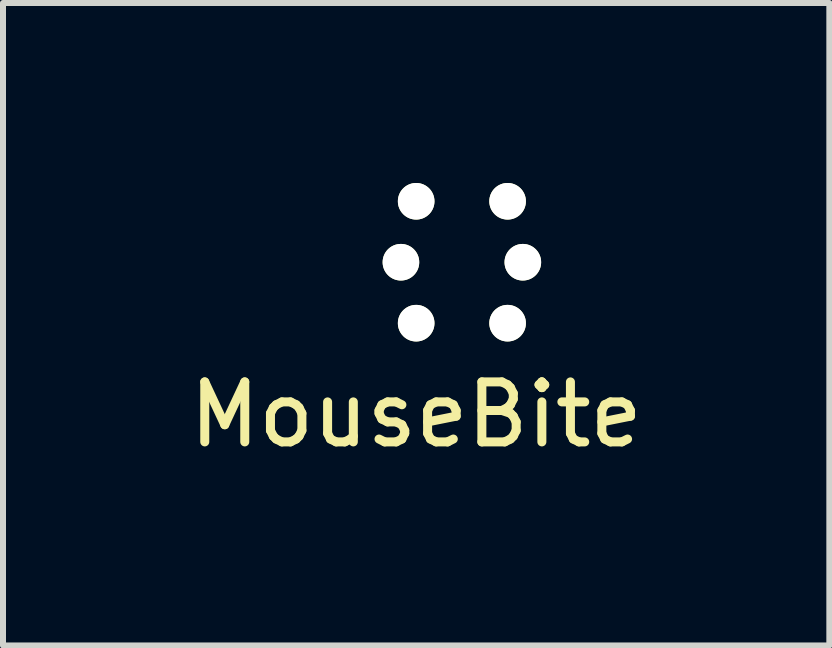
<source format=kicad_pcb>
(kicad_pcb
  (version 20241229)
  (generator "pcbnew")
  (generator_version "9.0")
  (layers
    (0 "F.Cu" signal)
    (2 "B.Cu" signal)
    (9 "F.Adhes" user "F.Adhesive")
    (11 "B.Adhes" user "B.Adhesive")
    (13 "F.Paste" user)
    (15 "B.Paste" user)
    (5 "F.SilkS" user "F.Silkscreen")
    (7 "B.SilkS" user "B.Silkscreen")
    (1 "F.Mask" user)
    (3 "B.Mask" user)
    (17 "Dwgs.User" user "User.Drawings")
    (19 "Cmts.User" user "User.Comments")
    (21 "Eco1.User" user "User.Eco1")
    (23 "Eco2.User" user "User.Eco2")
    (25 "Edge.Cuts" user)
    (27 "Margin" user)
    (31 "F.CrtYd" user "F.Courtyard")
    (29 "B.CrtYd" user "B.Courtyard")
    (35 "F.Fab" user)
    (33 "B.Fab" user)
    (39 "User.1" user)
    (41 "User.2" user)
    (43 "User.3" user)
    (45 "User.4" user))
  (footprint "MouseBite"
    (layer "F.Cu")
    (at 3.887 0.305)
    (property "Reference" "MouseBite" (at 0 3.556 0) (layer "F.SilkS") (effects (font (size 1 1) (thickness 0.15))))
    (attr through_hole)
    (pad "" np_thru_hole circle (at -0.254 1.016) (size 0.61 0.61) (drill 0.61) (layers "*.Cu" "*.Mask" "F.SilkS"))
    (pad "" np_thru_hole circle (at 0 0) (size 0.61 0.61) (drill 0.61) (layers "*.Cu" "*.Mask" "F.SilkS"))
    (pad "" np_thru_hole circle (at 0 2.032) (size 0.61 0.61) (drill 0.61) (layers "*.Cu" "*.Mask" "F.SilkS"))
    (pad "" np_thru_hole circle (at 1.524 0) (size 0.61 0.61) (drill 0.61) (layers "*.Cu" "*.Mask" "F.SilkS"))
    (pad "" np_thru_hole circle (at 1.524 2.032) (size 0.61 0.61) (drill 0.61) (layers "*.Cu" "*.Mask" "F.SilkS"))
    (pad "" np_thru_hole circle (at 1.778 1.016) (size 0.61 0.61) (drill 0.61) (layers "*.Cu" "*.Mask" "F.SilkS")))
  (gr_rect
    (start -3 -3)
    (end 10.774 7.709)
    (stroke (width 0.1) (type default))
    (fill no)
    (layer "Edge.Cuts")))
</source>
